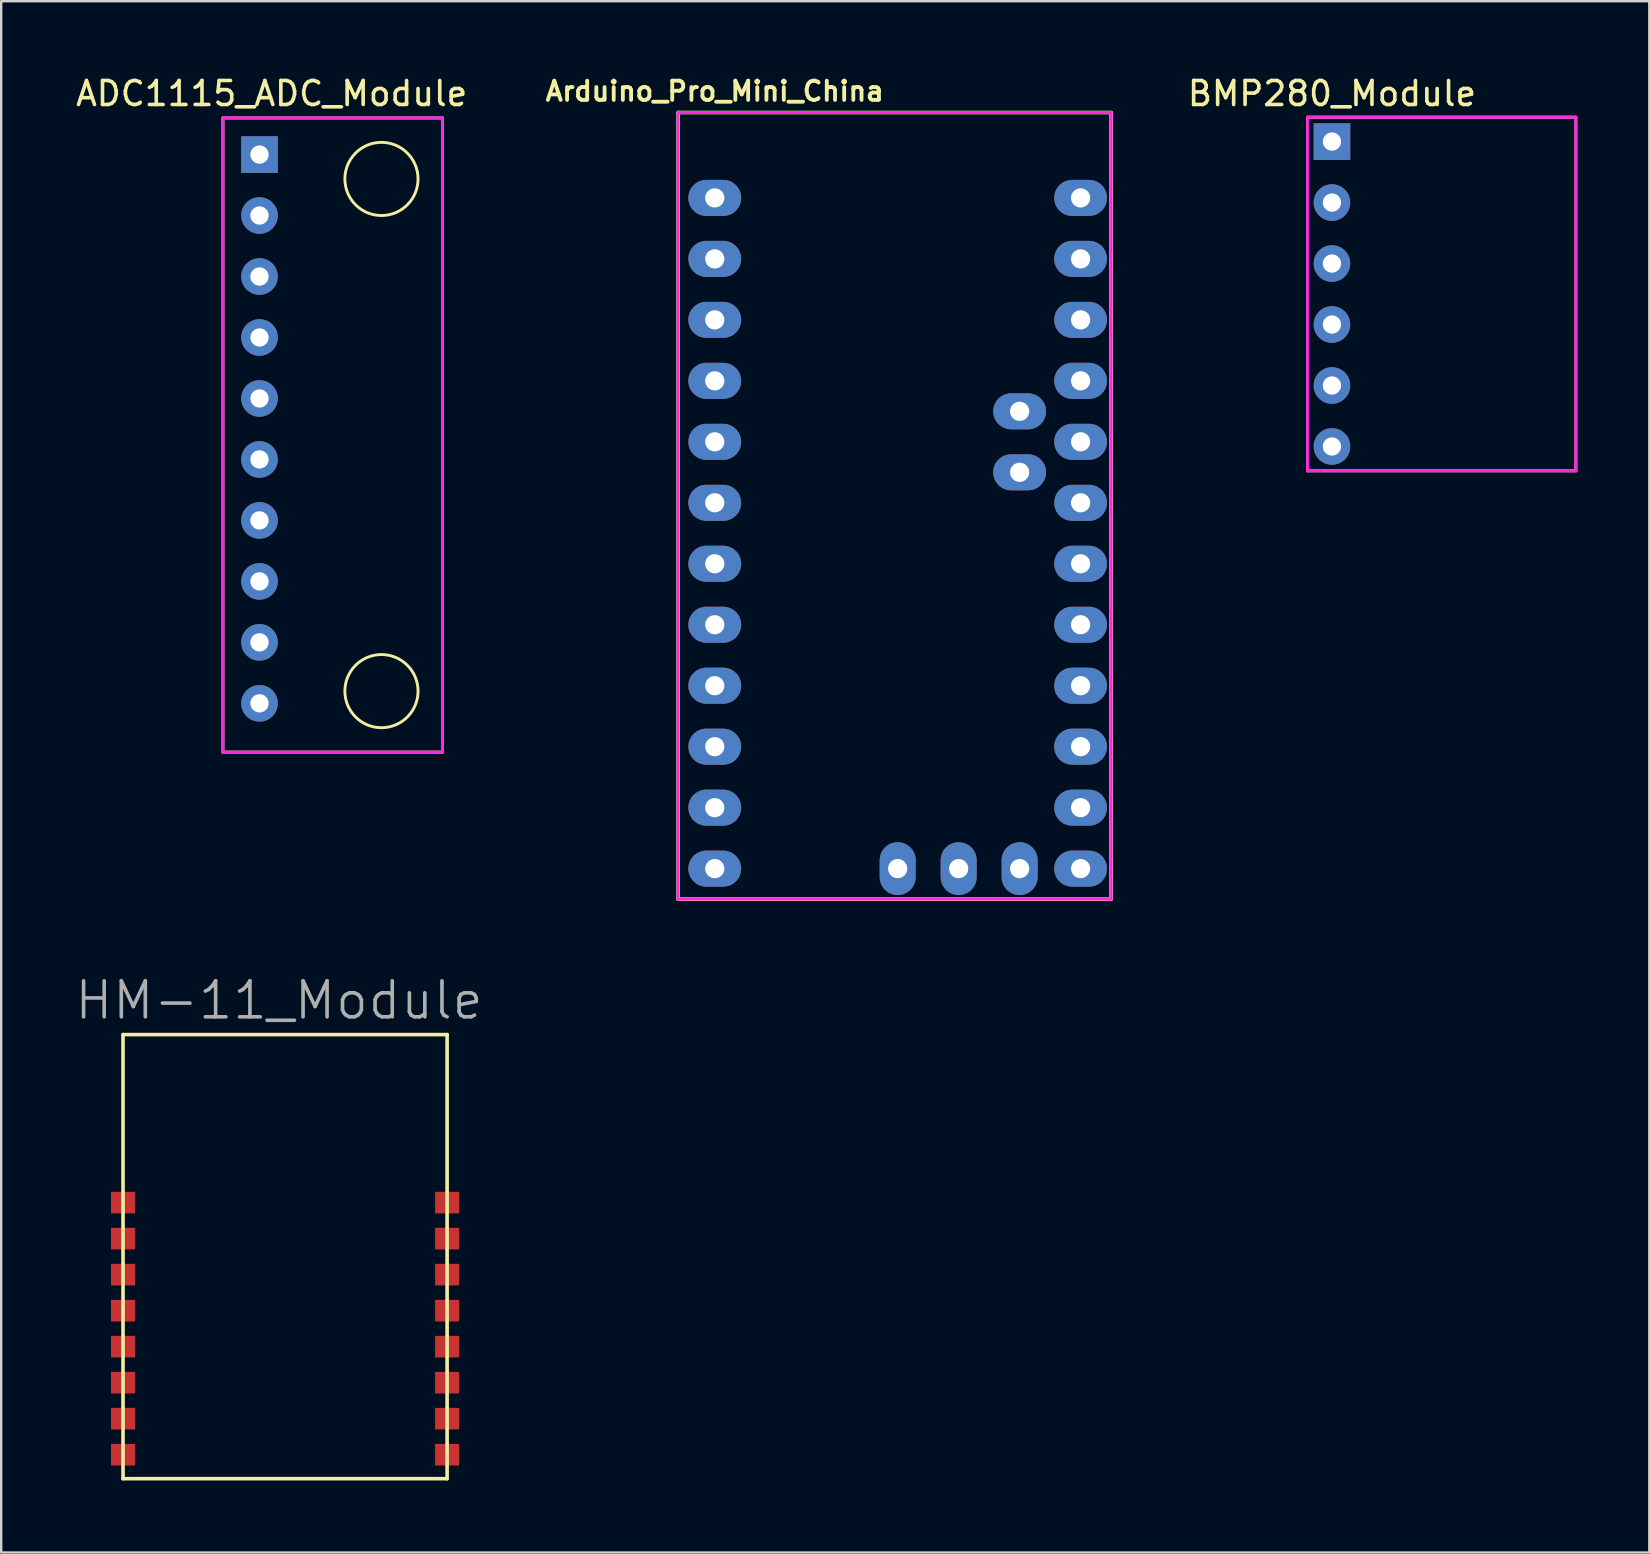
<source format=kicad_pcb>
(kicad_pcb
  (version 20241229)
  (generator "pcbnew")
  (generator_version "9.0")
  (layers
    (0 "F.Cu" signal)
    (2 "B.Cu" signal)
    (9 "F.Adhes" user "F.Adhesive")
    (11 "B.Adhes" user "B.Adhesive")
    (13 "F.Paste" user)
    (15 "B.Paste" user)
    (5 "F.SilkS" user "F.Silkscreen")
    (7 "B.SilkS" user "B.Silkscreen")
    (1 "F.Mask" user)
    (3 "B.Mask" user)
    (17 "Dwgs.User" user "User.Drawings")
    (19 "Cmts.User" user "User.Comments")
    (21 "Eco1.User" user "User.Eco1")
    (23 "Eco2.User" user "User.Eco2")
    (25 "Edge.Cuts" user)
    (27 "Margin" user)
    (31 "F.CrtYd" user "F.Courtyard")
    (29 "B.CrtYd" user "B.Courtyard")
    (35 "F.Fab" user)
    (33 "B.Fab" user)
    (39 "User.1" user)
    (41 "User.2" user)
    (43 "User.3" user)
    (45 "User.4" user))
  (footprint "HM-11_Module"
    (layer "F.Cu")
    (at 8.825 49.796)
    (property "Reference" "HM-11_Module" (at -0.25 -11.176 0) (layer "F.Fab") (effects (font (size 1.5 1.5) (thickness 0.15))))
    (attr through_hole)
    (fp_line (start -6.75 -9.75) (end 6.75 -9.75) (stroke (width 0.15) (type solid)) (layer "F.SilkS"))
    (fp_line (start -6.75 8.75) (end -6.75 -9.75) (stroke (width 0.15) (type solid)) (layer "F.SilkS"))
    (fp_line (start 6.75 -9.75) (end 6.75 8.75) (stroke (width 0.15) (type solid)) (layer "F.SilkS"))
    (fp_line (start 6.75 8.75) (end -6.75 8.75) (stroke (width 0.15) (type solid)) (layer "F.SilkS"))
    (pad "1" smd rect (at -6.75 -2.75) (size 1 0.9) (layers "F.Cu" "F.Mask" "F.Paste"))
    (pad "2" smd rect (at -6.75 -1.25) (size 1 0.9) (layers "F.Cu" "F.Mask" "F.Paste"))
    (pad "3" smd rect (at -6.75 0.25) (size 1 0.9) (layers "F.Cu" "F.Mask" "F.Paste"))
    (pad "4" smd rect (at -6.75 1.75) (size 1 0.9) (layers "F.Cu" "F.Mask" "F.Paste"))
    (pad "5" smd rect (at -6.75 3.25) (size 1 0.9) (layers "F.Cu" "F.Mask" "F.Paste"))
    (pad "6" smd rect (at -6.75 4.75) (size 1 0.9) (layers "F.Cu" "F.Mask" "F.Paste"))
    (pad "7" smd rect (at -6.75 6.25) (size 1 0.9) (layers "F.Cu" "F.Mask" "F.Paste"))
    (pad "8" smd rect (at -6.75 7.75) (size 1 0.9) (layers "F.Cu" "F.Mask" "F.Paste"))
    (pad "9" smd rect (at 6.75 7.75) (size 1 0.9) (layers "F.Cu" "F.Mask" "F.Paste"))
    (pad "10" smd rect (at 6.75 6.25) (size 1 0.9) (layers "F.Cu" "F.Mask" "F.Paste"))
    (pad "11" smd rect (at 6.75 4.75) (size 1 0.9) (layers "F.Cu" "F.Mask" "F.Paste"))
    (pad "12" smd rect (at 6.75 3.25) (size 1 0.9) (layers "F.Cu" "F.Mask" "F.Paste"))
    (pad "13" smd rect (at 6.75 1.75) (size 1 0.9) (layers "F.Cu" "F.Mask" "F.Paste"))
    (pad "14" smd rect (at 6.75 0.25) (size 1 0.9) (layers "F.Cu" "F.Mask" "F.Paste"))
    (pad "15" smd rect (at 6.75 -1.25) (size 1 0.9) (layers "F.Cu" "F.Mask" "F.Paste"))
    (pad "16" smd rect (at 6.75 -2.75) (size 1 0.9) (layers "F.Cu" "F.Mask" "F.Paste")))
  (footprint "Arduino_Pro_Mini_China"
    (layer "F.Cu")
    (at 26.724 5.194)
    (property "Reference" "Arduino_Pro_Mini_China" (at 0 -4.445 180) (layer "F.SilkS") (effects (font (size 0.8 0.8) (thickness 0.16))))
    (attr through_hole)
    (fp_line (start -1.524 29.21) (end -1.524 -3.556) (stroke (width 0.15) (type solid)) (layer "F.SilkS"))
    (fp_line (start -1.524 29.21) (end 16.51 29.21) (stroke (width 0.15) (type solid)) (layer "F.SilkS"))
    (fp_line (start 16.51 -3.556) (end -1.524 -3.556) (stroke (width 0.15) (type solid)) (layer "F.SilkS"))
    (fp_line (start 16.51 -3.556) (end 16.51 29.21) (stroke (width 0.15) (type solid)) (layer "F.SilkS"))
    (fp_line (start -1.524 -3.556) (end -1.524 29.21) (stroke (width 0.12) (type solid)) (layer "F.CrtYd"))
    (fp_line (start -1.524 29.21) (end 16.51 29.21) (stroke (width 0.12) (type solid)) (layer "F.CrtYd"))
    (fp_line (start 16.51 -3.556) (end -1.524 -3.556) (stroke (width 0.12) (type solid)) (layer "F.CrtYd"))
    (fp_line (start 16.51 29.21) (end 16.51 -3.556) (stroke (width 0.12) (type solid)) (layer "F.CrtYd"))
    (pad "1" thru_hole oval (at 0 0 270) (size 1.501 2.2) (drill 0.8) (layers "*.Cu" "*.Mask"))
    (pad "2" thru_hole oval (at 0 2.54 270) (size 1.501 2.2) (drill 0.8) (layers "*.Cu" "*.Mask"))
    (pad "3" thru_hole oval (at 0 5.08 270) (size 1.501 2.2) (drill 0.8) (layers "*.Cu" "*.Mask"))
    (pad "4" thru_hole oval (at 0 7.62 270) (size 1.501 2.2) (drill 0.8) (layers "*.Cu" "*.Mask"))
    (pad "5" thru_hole oval (at 0 10.16 270) (size 1.501 2.2) (drill 0.8) (layers "*.Cu" "*.Mask"))
    (pad "6" thru_hole oval (at 0 12.7 270) (size 1.501 2.2) (drill 0.8) (layers "*.Cu" "*.Mask"))
    (pad "7" thru_hole oval (at 0 15.24 270) (size 1.501 2.2) (drill 0.8) (layers "*.Cu" "*.Mask"))
    (pad "8" thru_hole oval (at 0 17.78 270) (size 1.501 2.2) (drill 0.8) (layers "*.Cu" "*.Mask"))
    (pad "9" thru_hole oval (at 0 20.32 270) (size 1.501 2.2) (drill 0.8) (layers "*.Cu" "*.Mask"))
    (pad "10" thru_hole oval (at 0 22.86 270) (size 1.501 2.2) (drill 0.8) (layers "*.Cu" "*.Mask"))
    (pad "11" thru_hole oval (at 0 25.4 270) (size 1.501 2.2) (drill 0.8) (layers "*.Cu" "*.Mask"))
    (pad "12" thru_hole oval (at 0 27.94 270) (size 1.501 2.2) (drill 0.8) (layers "*.Cu" "*.Mask"))
    (pad "13" thru_hole oval (at 15.24 27.94 270) (size 1.501 2.2) (drill 0.8) (layers "*.Cu" "*.Mask"))
    (pad "14" thru_hole oval (at 15.24 25.4 270) (size 1.501 2.2) (drill 0.8) (layers "*.Cu" "*.Mask"))
    (pad "15" thru_hole oval (at 15.24 22.86 270) (size 1.501 2.2) (drill 0.8) (layers "*.Cu" "*.Mask"))
    (pad "16" thru_hole oval (at 15.24 20.32 270) (size 1.501 2.2) (drill 0.8) (layers "*.Cu" "*.Mask"))
    (pad "17" thru_hole oval (at 15.24 17.78 270) (size 1.501 2.2) (drill 0.8) (layers "*.Cu" "*.Mask"))
    (pad "18" thru_hole oval (at 15.24 15.24 270) (size 1.501 2.2) (drill 0.8) (layers "*.Cu" "*.Mask"))
    (pad "19" thru_hole oval (at 15.24 12.7 270) (size 1.501 2.2) (drill 0.8) (layers "*.Cu" "*.Mask"))
    (pad "20" thru_hole oval (at 15.24 10.16 270) (size 1.501 2.2) (drill 0.8) (layers "*.Cu" "*.Mask"))
    (pad "21" thru_hole oval (at 15.24 7.62 270) (size 1.501 2.2) (drill 0.8) (layers "*.Cu" "*.Mask"))
    (pad "22" thru_hole oval (at 15.24 5.08 270) (size 1.501 2.2) (drill 0.8) (layers "*.Cu" "*.Mask"))
    (pad "23" thru_hole oval (at 15.24 2.54 270) (size 1.501 2.2) (drill 0.8) (layers "*.Cu" "*.Mask"))
    (pad "24" thru_hole oval (at 15.24 0 270) (size 1.501 2.2) (drill 0.8) (layers "*.Cu" "*.Mask"))
    (pad "25" thru_hole oval (at 12.7 11.43 270) (size 1.501 2.2) (drill 0.8) (layers "*.Cu" "*.Mask"))
    (pad "26" thru_hole oval (at 12.7 8.89 270) (size 1.501 2.2) (drill 0.8) (layers "*.Cu" "*.Mask"))
    (pad "27" thru_hole oval (at 12.7 27.94 270) (size 2.2 1.501) (drill 0.8) (layers "*.Cu" "*.Mask"))
    (pad "28" thru_hole oval (at 10.16 27.94 270) (size 2.2 1.501) (drill 0.8) (layers "*.Cu" "*.Mask"))
    (pad "29" thru_hole oval (at 7.62 27.94 270) (size 2.2 1.501) (drill 0.8) (layers "*.Cu" "*.Mask")))
  (footprint "ADC1115_ADC_Module"
    (layer "F.Cu")
    (at 7.76 3.388)
    (property "Reference" "ADC1115_ADC_Module" (at 0.508 -2.54 0) (layer "F.SilkS") (effects (font (size 1 1) (thickness 0.15))))
    (attr through_hole)
    (fp_line (start -1.524 -1.524) (end 7.62 -1.524) (stroke (width 0.12) (type solid)) (layer "F.SilkS"))
    (fp_line (start -1.524 24.892) (end -1.524 -1.524) (stroke (width 0.12) (type solid)) (layer "F.SilkS"))
    (fp_line (start 7.62 -1.524) (end 7.62 24.892) (stroke (width 0.12) (type solid)) (layer "F.SilkS"))
    (fp_line (start 7.62 24.892) (end -1.524 24.892) (stroke (width 0.12) (type solid)) (layer "F.SilkS"))
    (fp_circle (center 5.08 1.016) (end 5.08 -0.508) (stroke (width 0.12) (type solid)) (fill no) (layer "F.SilkS"))
    (fp_circle (center 5.08 22.352) (end 5.08 20.828) (stroke (width 0.12) (type solid)) (fill no) (layer "F.SilkS"))
    (fp_line (start -1.524 -1.524) (end 7.62 -1.524) (stroke (width 0.12) (type solid)) (layer "F.CrtYd"))
    (fp_line (start -1.524 24.892) (end -1.524 -1.524) (stroke (width 0.12) (type solid)) (layer "F.CrtYd"))
    (fp_line (start 7.62 -1.524) (end 7.62 24.892) (stroke (width 0.12) (type solid)) (layer "F.CrtYd"))
    (fp_line (start 7.62 24.892) (end -1.524 24.892) (stroke (width 0.12) (type solid)) (layer "F.CrtYd"))
    (pad "1" thru_hole rect (at 0 0) (size 1.524 1.524) (drill 0.762) (layers "*.Cu" "*.Mask"))
    (pad "2" thru_hole circle (at 0 2.54) (size 1.524 1.524) (drill 0.762) (layers "*.Cu" "*.Mask"))
    (pad "3" thru_hole circle (at 0 5.08) (size 1.524 1.524) (drill 0.762) (layers "*.Cu" "*.Mask"))
    (pad "4" thru_hole circle (at 0 7.62) (size 1.524 1.524) (drill 0.762) (layers "*.Cu" "*.Mask"))
    (pad "5" thru_hole circle (at 0 10.16) (size 1.524 1.524) (drill 0.762) (layers "*.Cu" "*.Mask"))
    (pad "6" thru_hole circle (at 0 12.7) (size 1.524 1.524) (drill 0.762) (layers "*.Cu" "*.Mask"))
    (pad "7" thru_hole circle (at 0 15.24) (size 1.524 1.524) (drill 0.762) (layers "*.Cu" "*.Mask"))
    (pad "8" thru_hole circle (at 0 17.78) (size 1.524 1.524) (drill 0.762) (layers "*.Cu" "*.Mask"))
    (pad "9" thru_hole circle (at 0 20.32) (size 1.524 1.524) (drill 0.762) (layers "*.Cu" "*.Mask"))
    (pad "10" thru_hole circle (at 0 22.86) (size 1.524 1.524) (drill 0.762) (layers "*.Cu" "*.Mask")))
  (footprint "BMP280_Module"
    (layer "F.Cu")
    (at 52.434 2.848)
    (property "Reference" "BMP280_Module" (at 0 -2 0) (layer "F.SilkS") (effects (font (size 1 1) (thickness 0.15))))
    (attr through_hole)
    (fp_line (start -1.016 -1.016) (end 10.16 -1.016) (stroke (width 0.12) (type solid)) (layer "F.SilkS"))
    (fp_line (start -1.016 13.716) (end -1.016 -1.016) (stroke (width 0.12) (type solid)) (layer "F.SilkS"))
    (fp_line (start 10.16 -1.016) (end 10.16 13.716) (stroke (width 0.12) (type solid)) (layer "F.SilkS"))
    (fp_line (start 10.16 13.716) (end -1.016 13.716) (stroke (width 0.12) (type solid)) (layer "F.SilkS"))
    (fp_line (start -1.016 -1.016) (end 10.16 -1.016) (stroke (width 0.12) (type solid)) (layer "F.CrtYd"))
    (fp_line (start -1.016 13.716) (end -1.016 -1.016) (stroke (width 0.12) (type solid)) (layer "F.CrtYd"))
    (fp_line (start 10.16 -1.016) (end 10.16 13.716) (stroke (width 0.12) (type solid)) (layer "F.CrtYd"))
    (fp_line (start 10.16 13.716) (end -1.016 13.716) (stroke (width 0.12) (type solid)) (layer "F.CrtYd"))
    (pad "1" thru_hole rect (at 0 0) (size 1.524 1.524) (drill 0.762) (layers "*.Cu" "*.Mask"))
    (pad "2" thru_hole circle (at 0 2.54) (size 1.524 1.524) (drill 0.762) (layers "*.Cu" "*.Mask"))
    (pad "3" thru_hole circle (at 0 5.08) (size 1.524 1.524) (drill 0.762) (layers "*.Cu" "*.Mask"))
    (pad "4" thru_hole circle (at 0 7.62) (size 1.524 1.524) (drill 0.762) (layers "*.Cu" "*.Mask"))
    (pad "5" thru_hole circle (at 0 10.16) (size 1.524 1.524) (drill 0.762) (layers "*.Cu" "*.Mask"))
    (pad "6" thru_hole circle (at 0 12.7) (size 1.524 1.524) (drill 0.762) (layers "*.Cu" "*.Mask")))
  (gr_rect
    (start -3 -3)
    (end 65.654 61.621)
    (stroke (width 0.1) (type default))
    (fill no)
    (layer "Edge.Cuts")))
</source>
